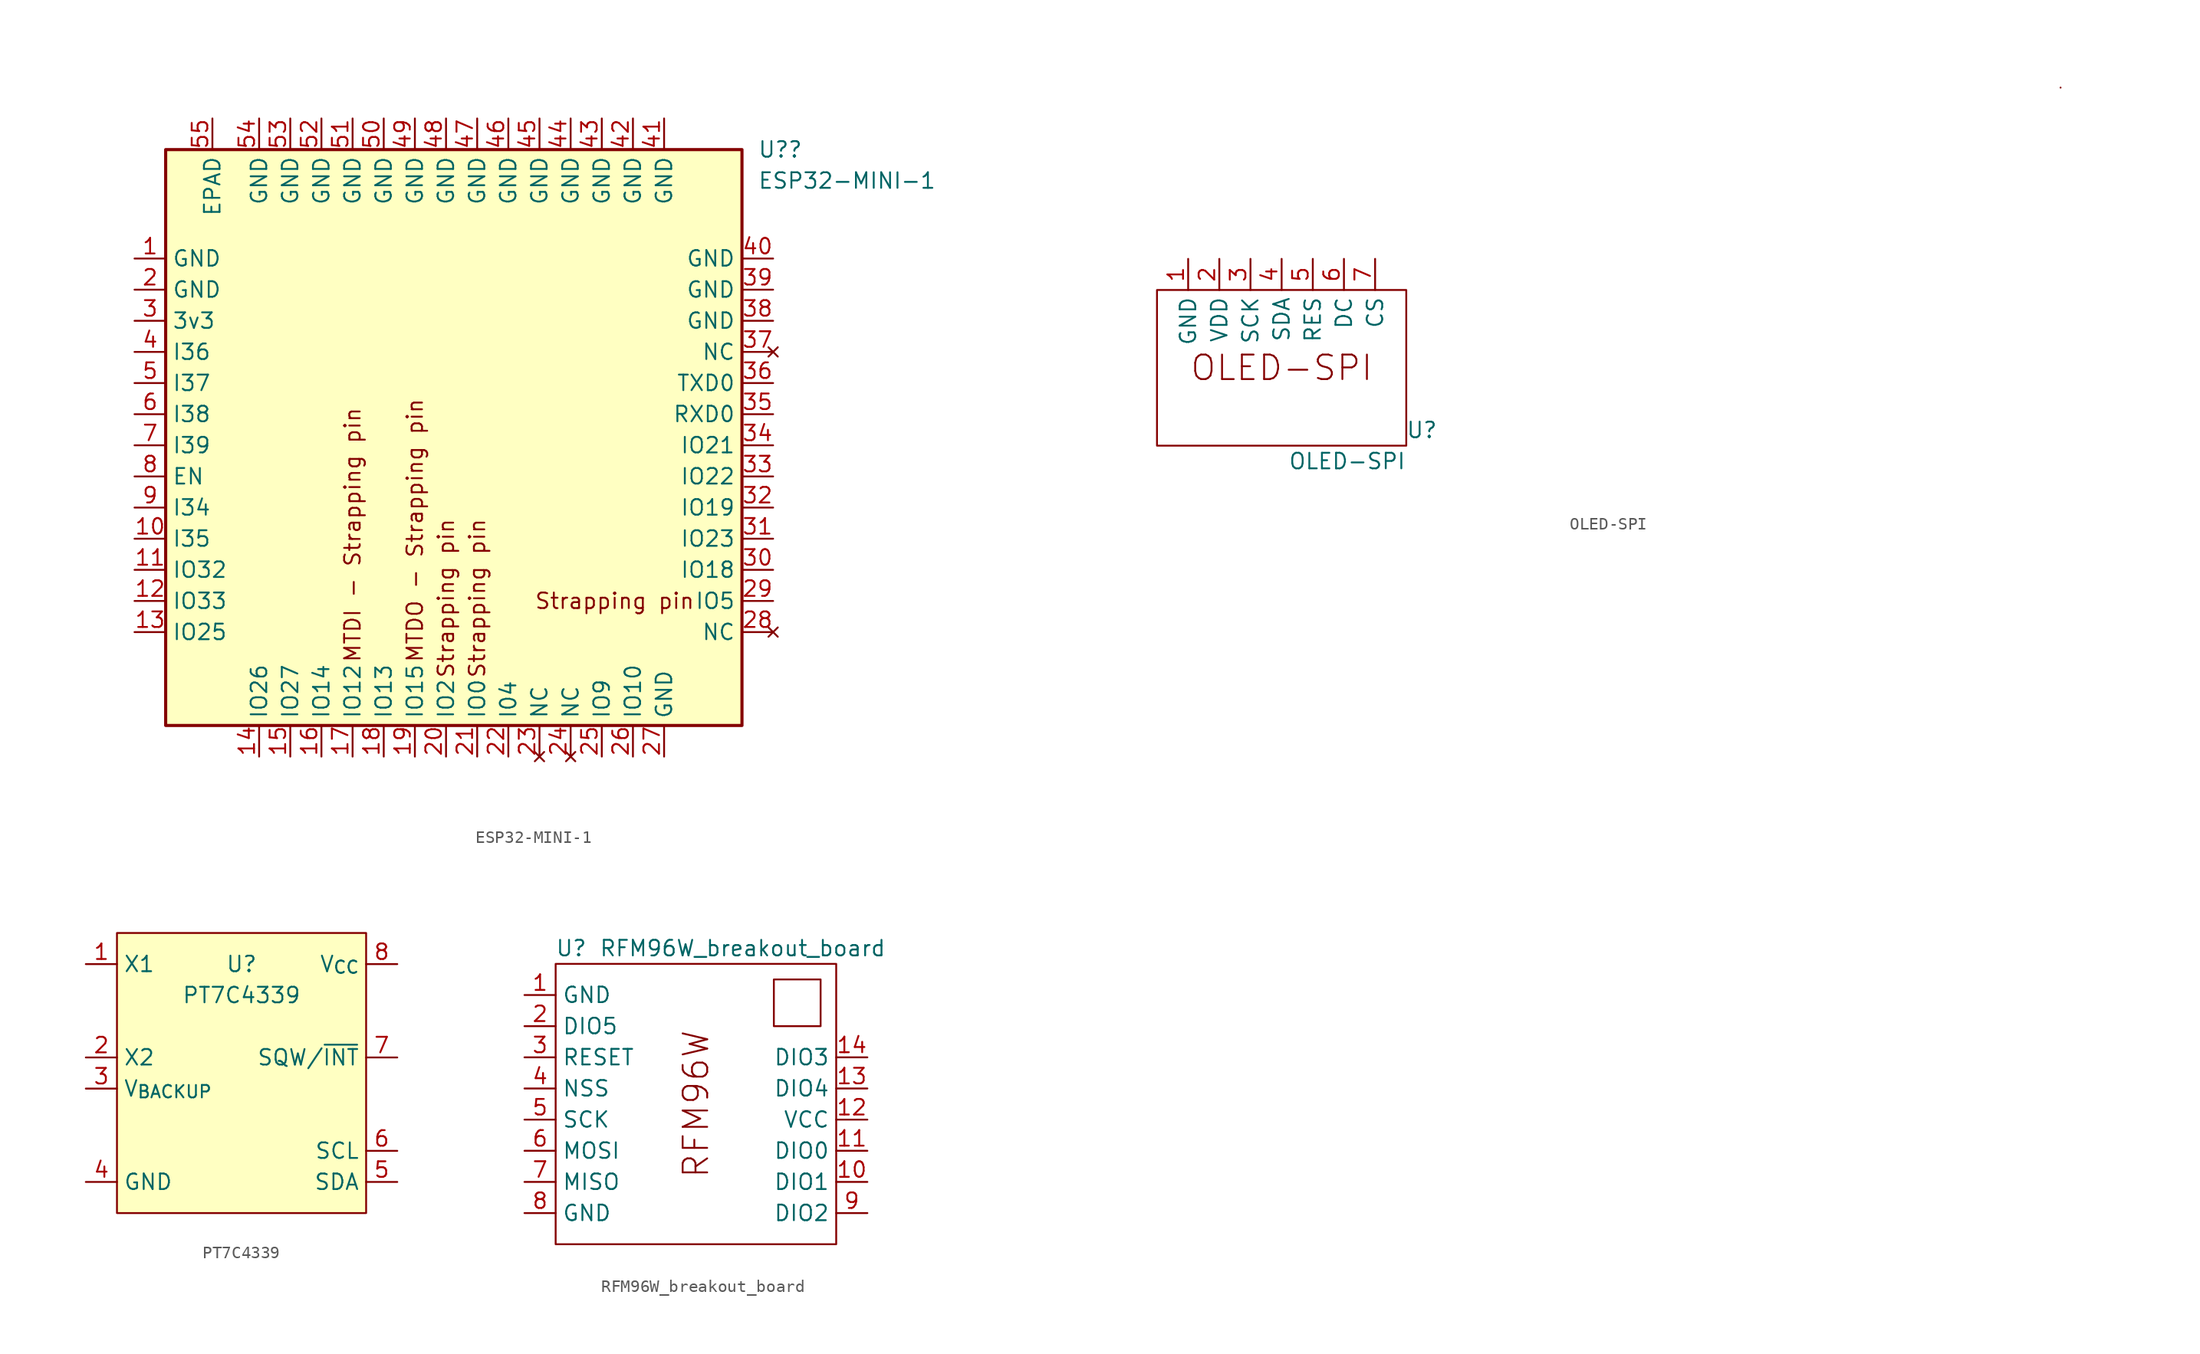
<source format=kicad_sym>
(kicad_symbol_lib
  (version 20211014)
  (generator kicad_symbol_editor)
  (symbol "ESP32-MINI-1"
    (property "Reference" "U?"
      (at 24.13 24.13 0)
      (effects (font (size 1.27 1.27)) (justify left)))
    (property "Value" "ESP32-MINI-1"
      (at 24.13 21.59 0)
      (effects (font (size 1.27 1.27)) (justify left)))
    (symbol "ESP32-MINI-1_0_0"
      (text "MTDI - Strapping pin" (at -8.89 -17.78 900) (effects (font (size 1.27 1.27)) (justify left)))
      (text "MTDO - Strapping pin" (at -3.81 -17.78 900) (effects (font (size 1.27 1.27)) (justify left)))
      (text "Strapping pin" (at -1.27 -19.05 900) (effects (font (size 1.27 1.27)) (justify left)))
      (text "Strapping pin" (at 1.27 -19.05 900) (effects (font (size 1.27 1.27)) (justify left)))
      (text "Strapping pin" (at 19.05 -12.7 0) (effects (font (size 1.27 1.27)) (justify right))))
    (symbol "ESP32-MINI-1_0_1"
      (rectangle (start -24.13 24.13) (end 22.86 -22.86) (stroke (width 0.254) (type default) (color 0 0 0 0)) (fill (type background))))
    (symbol "ESP32-MINI-1_1_1"
      (pin passive line (at -26.67 15.24 0) (length 2.54) (name "GND" (effects (font (size 1.27 1.27)))) (number "1" (effects (font (size 1.27 1.27)))))
      (pin input line (at -26.67 -7.62 0) (length 2.54) (name "I35" (effects (font (size 1.27 1.27)))) (number "10" (effects (font (size 1.27 1.27)))))
      (pin bidirectional line (at -26.67 -10.16 0) (length 2.54) (name "IO32" (effects (font (size 1.27 1.27)))) (number "11" (effects (font (size 1.27 1.27)))))
      (pin bidirectional line (at -26.67 -12.7 0) (length 2.54) (name "IO33" (effects (font (size 1.27 1.27)))) (number "12" (effects (font (size 1.27 1.27)))))
      (pin bidirectional line (at -26.67 -15.24 0) (length 2.54) (name "IO25" (effects (font (size 1.27 1.27)))) (number "13" (effects (font (size 1.27 1.27)))))
      (pin bidirectional line (at -16.51 -25.4 90) (length 2.54) (name "IO26" (effects (font (size 1.27 1.27)))) (number "14" (effects (font (size 1.27 1.27)))))
      (pin bidirectional line (at -13.97 -25.4 90) (length 2.54) (name "IO27" (effects (font (size 1.27 1.27)))) (number "15" (effects (font (size 1.27 1.27)))))
      (pin bidirectional line (at -11.43 -25.4 90) (length 2.54) (name "IO14" (effects (font (size 1.27 1.27)))) (number "16" (effects (font (size 1.27 1.27)))))
      (pin bidirectional line (at -8.89 -25.4 90) (length 2.54) (name "IO12" (effects (font (size 1.27 1.27)))) (number "17" (effects (font (size 1.27 1.27)))))
      (pin bidirectional line (at -6.35 -25.4 90) (length 2.54) (name "IO13" (effects (font (size 1.27 1.27)))) (number "18" (effects (font (size 1.27 1.27)))))
      (pin bidirectional line (at -3.81 -25.4 90) (length 2.54) (name "IO15" (effects (font (size 1.27 1.27)))) (number "19" (effects (font (size 1.27 1.27)))))
      (pin passive line (at -26.67 12.7 0) (length 2.54) (name "GND" (effects (font (size 1.27 1.27)))) (number "2" (effects (font (size 1.27 1.27)))))
      (pin bidirectional line (at -1.27 -25.4 90) (length 2.54) (name "IO2" (effects (font (size 1.27 1.27)))) (number "20" (effects (font (size 1.27 1.27)))))
      (pin bidirectional line (at 1.27 -25.4 90) (length 2.54) (name "IO0" (effects (font (size 1.27 1.27)))) (number "21" (effects (font (size 1.27 1.27)))))
      (pin bidirectional line (at 3.81 -25.4 90) (length 2.54) (name "I04" (effects (font (size 1.27 1.27)))) (number "22" (effects (font (size 1.27 1.27)))))
      (pin no_connect line (at 6.35 -25.4 90) (length 2.54) (name "NC" (effects (font (size 1.27 1.27)))) (number "23" (effects (font (size 1.27 1.27)))))
      (pin no_connect line (at 8.89 -25.4 90) (length 2.54) (name "NC" (effects (font (size 1.27 1.27)))) (number "24" (effects (font (size 1.27 1.27)))))
      (pin bidirectional line (at 11.43 -25.4 90) (length 2.54) (name "IO9" (effects (font (size 1.27 1.27)))) (number "25" (effects (font (size 1.27 1.27)))))
      (pin bidirectional line (at 13.97 -25.4 90) (length 2.54) (name "IO10" (effects (font (size 1.27 1.27)))) (number "26" (effects (font (size 1.27 1.27)))))
      (pin passive line (at 16.51 -25.4 90) (length 2.54) (name "GND" (effects (font (size 1.27 1.27)))) (number "27" (effects (font (size 1.27 1.27)))))
      (pin no_connect line (at 25.4 -15.24 180) (length 2.54) (name "NC" (effects (font (size 1.27 1.27)))) (number "28" (effects (font (size 1.27 1.27)))))
      (pin bidirectional line (at 25.4 -12.7 180) (length 2.54) (name "IO5" (effects (font (size 1.27 1.27)))) (number "29" (effects (font (size 1.27 1.27)))))
      (pin power_in line (at -26.67 10.16 0) (length 2.54) (name "3v3" (effects (font (size 1.27 1.27)))) (number "3" (effects (font (size 1.27 1.27)))))
      (pin bidirectional line (at 25.4 -10.16 180) (length 2.54) (name "IO18" (effects (font (size 1.27 1.27)))) (number "30" (effects (font (size 1.27 1.27)))))
      (pin bidirectional line (at 25.4 -7.62 180) (length 2.54) (name "IO23" (effects (font (size 1.27 1.27)))) (number "31" (effects (font (size 1.27 1.27)))))
      (pin bidirectional line (at 25.4 -5.08 180) (length 2.54) (name "IO19" (effects (font (size 1.27 1.27)))) (number "32" (effects (font (size 1.27 1.27)))))
      (pin bidirectional line (at 25.4 -2.54 180) (length 2.54) (name "IO22" (effects (font (size 1.27 1.27)))) (number "33" (effects (font (size 1.27 1.27)))))
      (pin bidirectional line (at 25.4 0 180) (length 2.54) (name "IO21" (effects (font (size 1.27 1.27)))) (number "34" (effects (font (size 1.27 1.27)))))
      (pin input line (at 25.4 2.54 180) (length 2.54) (name "RXD0" (effects (font (size 1.27 1.27)))) (number "35" (effects (font (size 1.27 1.27)))))
      (pin output line (at 25.4 5.08 180) (length 2.54) (name "TXD0" (effects (font (size 1.27 1.27)))) (number "36" (effects (font (size 1.27 1.27)))))
      (pin no_connect line (at 25.4 7.62 180) (length 2.54) (name "NC" (effects (font (size 1.27 1.27)))) (number "37" (effects (font (size 1.27 1.27)))))
      (pin passive line (at 25.4 10.16 180) (length 2.54) (name "GND" (effects (font (size 1.27 1.27)))) (number "38" (effects (font (size 1.27 1.27)))))
      (pin passive line (at 25.4 12.7 180) (length 2.54) (name "GND" (effects (font (size 1.27 1.27)))) (number "39" (effects (font (size 1.27 1.27)))))
      (pin input line (at -26.67 7.62 0) (length 2.54) (name "I36" (effects (font (size 1.27 1.27)))) (number "4" (effects (font (size 1.27 1.27)))))
      (pin passive line (at 25.4 15.24 180) (length 2.54) (name "GND" (effects (font (size 1.27 1.27)))) (number "40" (effects (font (size 1.27 1.27)))))
      (pin passive line (at 16.51 26.67 270) (length 2.54) (name "GND" (effects (font (size 1.27 1.27)))) (number "41" (effects (font (size 1.27 1.27)))))
      (pin passive line (at 13.97 26.67 270) (length 2.54) (name "GND" (effects (font (size 1.27 1.27)))) (number "42" (effects (font (size 1.27 1.27)))))
      (pin passive line (at 11.43 26.67 270) (length 2.54) (name "GND" (effects (font (size 1.27 1.27)))) (number "43" (effects (font (size 1.27 1.27)))))
      (pin passive line (at 8.89 26.67 270) (length 2.54) (name "GND" (effects (font (size 1.27 1.27)))) (number "44" (effects (font (size 1.27 1.27)))))
      (pin passive line (at 6.35 26.67 270) (length 2.54) (name "GND" (effects (font (size 1.27 1.27)))) (number "45" (effects (font (size 1.27 1.27)))))
      (pin passive line (at 3.81 26.67 270) (length 2.54) (name "GND" (effects (font (size 1.27 1.27)))) (number "46" (effects (font (size 1.27 1.27)))))
      (pin passive line (at 1.27 26.67 270) (length 2.54) (name "GND" (effects (font (size 1.27 1.27)))) (number "47" (effects (font (size 1.27 1.27)))))
      (pin passive line (at -1.27 26.67 270) (length 2.54) (name "GND" (effects (font (size 1.27 1.27)))) (number "48" (effects (font (size 1.27 1.27)))))
      (pin passive line (at -3.81 26.67 270) (length 2.54) (name "GND" (effects (font (size 1.27 1.27)))) (number "49" (effects (font (size 1.27 1.27)))))
      (pin input line (at -26.67 5.08 0) (length 2.54) (name "I37" (effects (font (size 1.27 1.27)))) (number "5" (effects (font (size 1.27 1.27)))))
      (pin passive line (at -6.35 26.67 270) (length 2.54) (name "GND" (effects (font (size 1.27 1.27)))) (number "50" (effects (font (size 1.27 1.27)))))
      (pin passive line (at -8.89 26.67 270) (length 2.54) (name "GND" (effects (font (size 1.27 1.27)))) (number "51" (effects (font (size 1.27 1.27)))))
      (pin passive line (at -11.43 26.67 270) (length 2.54) (name "GND" (effects (font (size 1.27 1.27)))) (number "52" (effects (font (size 1.27 1.27)))))
      (pin passive line (at -13.97 26.67 270) (length 2.54) (name "GND" (effects (font (size 1.27 1.27)))) (number "53" (effects (font (size 1.27 1.27)))))
      (pin passive line (at -16.51 26.67 270) (length 2.54) (name "GND" (effects (font (size 1.27 1.27)))) (number "54" (effects (font (size 1.27 1.27)))))
      (pin passive line (at -20.32 26.67 270) (length 2.54) (name "EPAD" (effects (font (size 1.27 1.27)))) (number "55" (effects (font (size 1.27 1.27)))))
      (pin input line (at -26.67 2.54 0) (length 2.54) (name "I38" (effects (font (size 1.27 1.27)))) (number "6" (effects (font (size 1.27 1.27)))))
      (pin input line (at -26.67 0 0) (length 2.54) (name "I39" (effects (font (size 1.27 1.27)))) (number "7" (effects (font (size 1.27 1.27)))))
      (pin input line (at -26.67 -2.54 0) (length 2.54) (name "EN" (effects (font (size 1.27 1.27)))) (number "8" (effects (font (size 1.27 1.27)))))
      (pin input line (at -26.67 -5.08 0) (length 2.54) (name "I34" (effects (font (size 1.27 1.27)))) (number "9" (effects (font (size 1.27 1.27)))))))
  (symbol "OLED-SPI"
    (property "Reference" "U"
      (at 11.43 -5.08 0)
      (effects (font (size 1.27 1.27))))
    (property "Value" "OLED-SPI"
      (at 10.16 -7.62 0)
      (effects (font (size 1.27 1.27)) (justify right)))
    (symbol "OLED-SPI_0_0"
      (text "OLED-SPI" (at 0 0 0) (effects (font (size 2 2))))
      (pin input line (at -2.54 8.89 270) (length 2.54) (name "SCK" (effects (font (size 1.27 1.27)))) (number "3" (effects (font (size 1.27 1.27)))))
      (pin input line (at 0 8.89 270) (length 2.54) (name "SDA" (effects (font (size 1.27 1.27)))) (number "4" (effects (font (size 1.27 1.27)))))
      (pin input line (at 2.54 8.89 270) (length 2.54) (name "RES" (effects (font (size 1.27 1.27)))) (number "5" (effects (font (size 1.27 1.27)))))
      (pin input line (at 5.08 8.89 270) (length 2.54) (name "DC" (effects (font (size 1.27 1.27)))) (number "6" (effects (font (size 1.27 1.27)))))
      (pin input line (at 7.62 8.89 270) (length 2.54) (name "CS" (effects (font (size 1.27 1.27)))) (number "7" (effects (font (size 1.27 1.27))))))
    (symbol "OLED-SPI_0_1"
      (rectangle (start -10.16 6.35) (end 10.16 -6.35) (stroke (width 0) (type default) (color 0 0 0 0)) (fill (type none)))
      (rectangle (start 63.5 22.86) (end 63.5 22.86) (stroke (width 0) (type default) (color 0 0 0 0)) (fill (type none))))
    (symbol "OLED-SPI_1_1"
      (pin power_in line (at -7.62 8.89 270) (length 2.54) (name "GND" (effects (font (size 1.27 1.27)))) (number "1" (effects (font (size 1.27 1.27)))))
      (pin power_in line (at -5.08 8.89 270) (length 2.54) (name "VDD" (effects (font (size 1.27 1.27)))) (number "2" (effects (font (size 1.27 1.27)))))))
  (symbol "PT7C4339"
    (property "Reference" "U"
      (at 0 8.89 0)
      (effects (font (size 1.27 1.27))))
    (property "Value" "PT7C4339"
      (at 0 6.35 0)
      (effects (font (size 1.27 1.27))))
    (symbol "PT7C4339_0_1"
      (rectangle (start -10.16 11.43) (end 10.16 -11.43) (stroke (width 0) (type default) (color 0 0 0 0)) (fill (type background))))
    (symbol "PT7C4339_1_1"
      (pin passive line (at -12.7 8.89 0) (length 2.54) (name "X1" (effects (font (size 1.27 1.27)))) (number "1" (effects (font (size 1.27 1.27)))))
      (pin passive line (at -12.7 1.27 0) (length 2.54) (name "X2" (effects (font (size 1.27 1.27)))) (number "2" (effects (font (size 1.27 1.27)))))
      (pin power_in line (at -12.7 -1.27 0) (length 2.54) (name "V_{BACKUP}" (effects (font (size 1.27 1.27)))) (number "3" (effects (font (size 1.27 1.27)))))
      (pin passive line (at -12.7 -8.89 0) (length 2.54) (name "GND" (effects (font (size 1.27 1.27)))) (number "4" (effects (font (size 1.27 1.27)))))
      (pin bidirectional line (at 12.7 -8.89 180) (length 2.54) (name "SDA" (effects (font (size 1.27 1.27)))) (number "5" (effects (font (size 1.27 1.27)))))
      (pin input line (at 12.7 -6.35 180) (length 2.54) (name "SCL" (effects (font (size 1.27 1.27)))) (number "6" (effects (font (size 1.27 1.27)))))
      (pin output line (at 12.7 1.27 180) (length 2.54) (name "SQW/~{INT}" (effects (font (size 1.27 1.27)))) (number "7" (effects (font (size 1.27 1.27)))))
      (pin power_in line (at 12.7 8.89 180) (length 2.54) (name "V_{CC}" (effects (font (size 1.27 1.27)))) (number "8" (effects (font (size 1.27 1.27)))))))
  (symbol "RFM96W_breakout_board"
    (property "Reference" "U"
      (at -8.89 13.97 0)
      (effects (font (size 1.27 1.27))))
    (property "Value" "RFM96W_breakout_board"
      (at 5.08 13.97 0)
      (effects (font (size 1.27 1.27))))
    (symbol "RFM96W_breakout_board_0_0"
      (text "RFM96W" (at 1.27 1.27 900) (effects (font (size 2 2))))
      (pin bidirectional line (at 15.24 -5.08 180) (length 2.54) (name "DIO1" (effects (font (size 1.27 1.27)))) (number "10" (effects (font (size 1.27 1.27)))))
      (pin bidirectional line (at 15.24 -2.54 180) (length 2.54) (name "DIO0" (effects (font (size 1.27 1.27)))) (number "11" (effects (font (size 1.27 1.27)))))
      (pin power_in line (at 15.24 0 180) (length 2.54) (name "VCC" (effects (font (size 1.27 1.27)))) (number "12" (effects (font (size 1.27 1.27)))))
      (pin bidirectional line (at 15.24 2.54 180) (length 2.54) (name "DIO4" (effects (font (size 1.27 1.27)))) (number "13" (effects (font (size 1.27 1.27)))))
      (pin input line (at -12.7 2.54 0) (length 2.54) (name "NSS" (effects (font (size 1.27 1.27)))) (number "4" (effects (font (size 1.27 1.27)))))
      (pin input line (at -12.7 0 0) (length 2.54) (name "SCK" (effects (font (size 1.27 1.27)))) (number "5" (effects (font (size 1.27 1.27)))))
      (pin input line (at -12.7 -2.54 0) (length 2.54) (name "MOSI" (effects (font (size 1.27 1.27)))) (number "6" (effects (font (size 1.27 1.27)))))
      (pin output line (at -12.7 -5.08 0) (length 2.54) (name "MISO" (effects (font (size 1.27 1.27)))) (number "7" (effects (font (size 1.27 1.27)))))
      (pin power_in line (at -12.7 -7.62 0) (length 2.54) (name "GND" (effects (font (size 1.27 1.27)))) (number "8" (effects (font (size 1.27 1.27)))))
      (pin bidirectional line (at 15.24 -7.62 180) (length 2.54) (name "DIO2" (effects (font (size 1.27 1.27)))) (number "9" (effects (font (size 1.27 1.27))))))
    (symbol "RFM96W_breakout_board_0_1"
      (rectangle (start -10.16 12.7) (end 12.7 -10.16) (stroke (width 0) (type default) (color 0 0 0 0)) (fill (type none)))
      (rectangle (start 7.62 11.43) (end 11.43 7.62) (stroke (width 0) (type default) (color 0 0 0 0)) (fill (type none))))
    (symbol "RFM96W_breakout_board_1_1"
      (pin power_in line (at -12.7 10.16 0) (length 2.54) (name "GND" (effects (font (size 1.27 1.27)))) (number "1" (effects (font (size 1.27 1.27)))))
      (pin bidirectional line (at 15.24 5.08 180) (length 2.54) (name "DIO3" (effects (font (size 1.27 1.27)))) (number "14" (effects (font (size 1.27 1.27)))))
      (pin bidirectional line (at -12.7 7.62 0) (length 2.54) (name "DIO5" (effects (font (size 1.27 1.27)))) (number "2" (effects (font (size 1.27 1.27)))))
      (pin input line (at -12.7 5.08 0) (length 2.54) (name "RESET" (effects (font (size 1.27 1.27)))) (number "3" (effects (font (size 1.27 1.27))))))))
</source>
